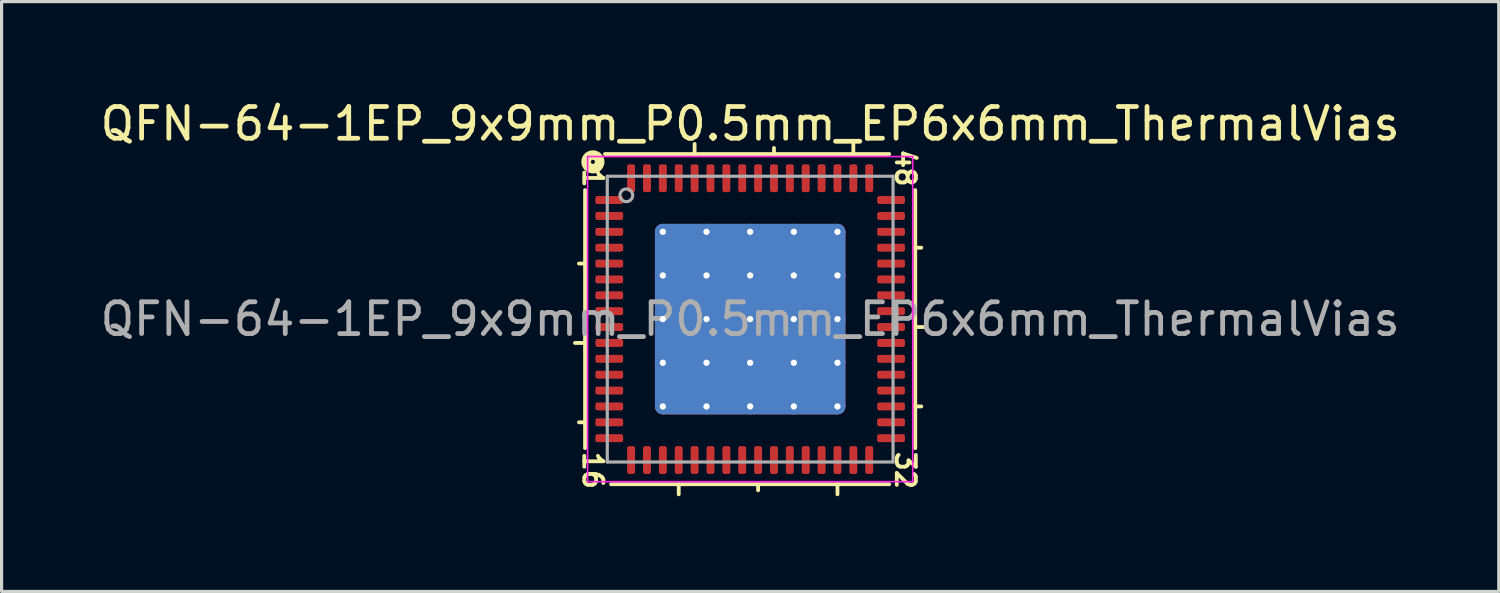
<source format=kicad_pcb>
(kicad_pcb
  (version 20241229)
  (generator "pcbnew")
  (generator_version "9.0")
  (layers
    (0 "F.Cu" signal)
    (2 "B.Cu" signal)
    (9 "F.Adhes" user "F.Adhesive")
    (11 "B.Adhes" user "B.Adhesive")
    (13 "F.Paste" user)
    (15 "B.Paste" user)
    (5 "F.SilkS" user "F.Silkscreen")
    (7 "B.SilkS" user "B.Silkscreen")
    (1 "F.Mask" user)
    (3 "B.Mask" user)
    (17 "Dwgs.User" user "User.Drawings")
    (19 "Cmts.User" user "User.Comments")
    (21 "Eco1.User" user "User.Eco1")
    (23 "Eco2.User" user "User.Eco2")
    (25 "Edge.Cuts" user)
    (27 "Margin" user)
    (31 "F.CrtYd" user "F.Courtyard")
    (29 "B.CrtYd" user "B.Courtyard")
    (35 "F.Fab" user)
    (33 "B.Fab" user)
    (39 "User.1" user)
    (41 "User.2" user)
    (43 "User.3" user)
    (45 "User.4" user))
  (footprint "QFN-64-1EP_9x9mm_P0.5mm_EP6x6mm_ThermalVias"
    (layer "F.Cu")
    (at 20.577 7.001)
    (property "Reference" "QFN-64-1EP_9x9mm_P0.5mm_EP6x6mm_ThermalVias" (at 0 -6.152 0) (layer "F.SilkS") (effects (font (size 1 1) (thickness 0.15))))
    (attr smd)
    (fp_line (start -5.2 -4.064) (end -5.2 4.064) (stroke (width 0.12) (type solid)) (layer "F.SilkS"))
    (fp_line (start -5.2 -1.75) (end -5.391 -1.75) (stroke (width 0.12) (type solid)) (layer "F.SilkS"))
    (fp_line (start -5.2 0.75) (end -5.518 0.75) (stroke (width 0.12) (type solid)) (layer "F.SilkS"))
    (fp_line (start -5.2 3.25) (end -5.391 3.25) (stroke (width 0.12) (type solid)) (layer "F.SilkS"))
    (fp_line (start -4.381 5.2) (end 4.381 5.2) (stroke (width 0.12) (type solid)) (layer "F.SilkS"))
    (fp_line (start -2.25 5.2) (end -2.25 5.518) (stroke (width 0.12) (type solid)) (layer "F.SilkS"))
    (fp_line (start -1.75 -5.2) (end -1.75 -5.518) (stroke (width 0.12) (type solid)) (layer "F.SilkS"))
    (fp_line (start 0.25 5.2) (end 0.25 5.391) (stroke (width 0.12) (type solid)) (layer "F.SilkS"))
    (fp_line (start 0.75 -5.2) (end 0.75 -5.391) (stroke (width 0.12) (type solid)) (layer "F.SilkS"))
    (fp_line (start 2.75 5.2) (end 2.75 5.518) (stroke (width 0.12) (type solid)) (layer "F.SilkS"))
    (fp_line (start 3.25 -5.2) (end 3.25 -5.518) (stroke (width 0.12) (type solid)) (layer "F.SilkS"))
    (fp_line (start 4.381 -5.2) (end -4.572 -5.2) (stroke (width 0.12) (type solid)) (layer "F.SilkS"))
    (fp_line (start 5.2 -2.25) (end 5.391 -2.25) (stroke (width 0.12) (type solid)) (layer "F.SilkS"))
    (fp_line (start 5.2 0.25) (end 5.518 0.25) (stroke (width 0.12) (type solid)) (layer "F.SilkS"))
    (fp_line (start 5.2 2.75) (end 5.391 2.75) (stroke (width 0.12) (type solid)) (layer "F.SilkS"))
    (fp_line (start 5.2 4.064) (end 5.2 -4.064) (stroke (width 0.12) (type solid)) (layer "F.SilkS"))
    (fp_circle (center -4.953 -4.953) (end -4.889 -4.953) (stroke (width 0.3) (type solid)) (fill no) (layer "F.SilkS"))
    (fp_line (start -5.12 -5.12) (end -5.12 5.12) (stroke (width 0.05) (type solid)) (layer "F.CrtYd"))
    (fp_line (start -5.12 5.12) (end 5.12 5.12) (stroke (width 0.05) (type solid)) (layer "F.CrtYd"))
    (fp_line (start 5.12 -5.12) (end -5.12 -5.12) (stroke (width 0.05) (type solid)) (layer "F.CrtYd"))
    (fp_line (start 5.12 5.12) (end 5.12 -5.12) (stroke (width 0.05) (type solid)) (layer "F.CrtYd"))
    (fp_line (start -4.5 -4.5) (end 4.5 -4.5) (stroke (width 0.1) (type solid)) (layer "F.Fab"))
    (fp_line (start -4.5 4.5) (end -4.5 -4.5) (stroke (width 0.1) (type solid)) (layer "F.Fab"))
    (fp_line (start 4.5 -4.5) (end 4.5 4.5) (stroke (width 0.1) (type solid)) (layer "F.Fab"))
    (fp_line (start 4.5 4.5) (end -4.5 4.5) (stroke (width 0.1) (type solid)) (layer "F.Fab"))
    (fp_circle (center -3.9 -3.9) (end -3.7 -3.9) (stroke (width 0.1) (type solid)) (fill no) (layer "F.Fab"))
    (fp_text user "16" (at -4.953 4.763 270) (unlocked yes) (layer "F.SilkS") (effects (font (size 0.6 0.6) (thickness 0.12))))
    (fp_text user "1" (at -4.953 -4.445 270) (unlocked yes) (layer "F.SilkS") (effects (font (size 0.6 0.6) (thickness 0.12))))
    (fp_text user "32" (at 4.889 4.763 270) (unlocked yes) (layer "F.SilkS") (effects (font (size 0.6 0.6) (thickness 0.12))))
    (fp_text user "48" (at 4.889 -4.763 270) (unlocked yes) (layer "F.SilkS") (effects (font (size 0.6 0.6) (thickness 0.12))))
    (fp_text user "${REFERENCE}" (at 0 0 0) (layer "F.Fab") (effects (font (size 1 1) (thickness 0.15))))
    (pad "" smd roundrect (at -2.062 -2.062) (size 1.209 1.209) (layers "F.Paste") (roundrect_rratio 0.207))
    (pad "" smd roundrect (at -2.062 -0.688) (size 1.209 1.209) (layers "F.Paste") (roundrect_rratio 0.207))
    (pad "" smd roundrect (at -2.062 0.688) (size 1.209 1.209) (layers "F.Paste") (roundrect_rratio 0.207))
    (pad "" smd roundrect (at -2.062 2.062) (size 1.209 1.209) (layers "F.Paste") (roundrect_rratio 0.207))
    (pad "" smd roundrect (at -0.688 -2.062) (size 1.209 1.209) (layers "F.Paste") (roundrect_rratio 0.207))
    (pad "" smd roundrect (at -0.688 -0.688) (size 1.209 1.209) (layers "F.Paste") (roundrect_rratio 0.207))
    (pad "" smd roundrect (at -0.688 0.688) (size 1.209 1.209) (layers "F.Paste") (roundrect_rratio 0.207))
    (pad "" smd roundrect (at -0.688 2.062) (size 1.209 1.209) (layers "F.Paste") (roundrect_rratio 0.207))
    (pad "" smd roundrect (at 0.688 -2.062) (size 1.209 1.209) (layers "F.Paste") (roundrect_rratio 0.207))
    (pad "" smd roundrect (at 0.688 -0.688) (size 1.209 1.209) (layers "F.Paste") (roundrect_rratio 0.207))
    (pad "" smd roundrect (at 0.688 0.688) (size 1.209 1.209) (layers "F.Paste") (roundrect_rratio 0.207))
    (pad "" smd roundrect (at 0.688 2.062) (size 1.209 1.209) (layers "F.Paste") (roundrect_rratio 0.207))
    (pad "" smd roundrect (at 2.062 -2.062) (size 1.209 1.209) (layers "F.Paste") (roundrect_rratio 0.207))
    (pad "" smd roundrect (at 2.062 -0.688) (size 1.209 1.209) (layers "F.Paste") (roundrect_rratio 0.207))
    (pad "" smd roundrect (at 2.062 0.688) (size 1.209 1.209) (layers "F.Paste") (roundrect_rratio 0.207))
    (pad "" smd roundrect (at 2.062 2.062) (size 1.209 1.209) (layers "F.Paste") (roundrect_rratio 0.207))
    (pad "1" smd roundrect (at -4.438 -3.75) (size 0.875 0.25) (layers "F.Cu" "F.Mask" "F.Paste") (roundrect_rratio 0.25))
    (pad "2" smd roundrect (at -4.438 -3.25) (size 0.875 0.25) (layers "F.Cu" "F.Mask" "F.Paste") (roundrect_rratio 0.25))
    (pad "3" smd roundrect (at -4.438 -2.75) (size 0.875 0.25) (layers "F.Cu" "F.Mask" "F.Paste") (roundrect_rratio 0.25))
    (pad "4" smd roundrect (at -4.438 -2.25) (size 0.875 0.25) (layers "F.Cu" "F.Mask" "F.Paste") (roundrect_rratio 0.25))
    (pad "5" smd roundrect (at -4.438 -1.75) (size 0.875 0.25) (layers "F.Cu" "F.Mask" "F.Paste") (roundrect_rratio 0.25))
    (pad "6" smd roundrect (at -4.438 -1.25) (size 0.875 0.25) (layers "F.Cu" "F.Mask" "F.Paste") (roundrect_rratio 0.25))
    (pad "7" smd roundrect (at -4.438 -0.75) (size 0.875 0.25) (layers "F.Cu" "F.Mask" "F.Paste") (roundrect_rratio 0.25))
    (pad "8" smd roundrect (at -4.438 -0.25) (size 0.875 0.25) (layers "F.Cu" "F.Mask" "F.Paste") (roundrect_rratio 0.25))
    (pad "9" smd roundrect (at -4.438 0.25) (size 0.875 0.25) (layers "F.Cu" "F.Mask" "F.Paste") (roundrect_rratio 0.25))
    (pad "10" smd roundrect (at -4.438 0.75) (size 0.875 0.25) (layers "F.Cu" "F.Mask" "F.Paste") (roundrect_rratio 0.25))
    (pad "11" smd roundrect (at -4.438 1.25) (size 0.875 0.25) (layers "F.Cu" "F.Mask" "F.Paste") (roundrect_rratio 0.25))
    (pad "12" smd roundrect (at -4.438 1.75) (size 0.875 0.25) (layers "F.Cu" "F.Mask" "F.Paste") (roundrect_rratio 0.25))
    (pad "13" smd roundrect (at -4.438 2.25) (size 0.875 0.25) (layers "F.Cu" "F.Mask" "F.Paste") (roundrect_rratio 0.25))
    (pad "14" smd roundrect (at -4.438 2.75) (size 0.875 0.25) (layers "F.Cu" "F.Mask" "F.Paste") (roundrect_rratio 0.25))
    (pad "15" smd roundrect (at -4.438 3.25) (size 0.875 0.25) (layers "F.Cu" "F.Mask" "F.Paste") (roundrect_rratio 0.25))
    (pad "16" smd roundrect (at -4.438 3.75) (size 0.875 0.25) (layers "F.Cu" "F.Mask" "F.Paste") (roundrect_rratio 0.25))
    (pad "17" smd roundrect (at -3.75 4.438) (size 0.25 0.875) (layers "F.Cu" "F.Mask" "F.Paste") (roundrect_rratio 0.25))
    (pad "18" smd roundrect (at -3.25 4.438) (size 0.25 0.875) (layers "F.Cu" "F.Mask" "F.Paste") (roundrect_rratio 0.25))
    (pad "19" smd roundrect (at -2.75 4.438) (size 0.25 0.875) (layers "F.Cu" "F.Mask" "F.Paste") (roundrect_rratio 0.25))
    (pad "20" smd roundrect (at -2.25 4.438) (size 0.25 0.875) (layers "F.Cu" "F.Mask" "F.Paste") (roundrect_rratio 0.25))
    (pad "21" smd roundrect (at -1.75 4.438) (size 0.25 0.875) (layers "F.Cu" "F.Mask" "F.Paste") (roundrect_rratio 0.25))
    (pad "22" smd roundrect (at -1.25 4.438) (size 0.25 0.875) (layers "F.Cu" "F.Mask" "F.Paste") (roundrect_rratio 0.25))
    (pad "23" smd roundrect (at -0.75 4.438) (size 0.25 0.875) (layers "F.Cu" "F.Mask" "F.Paste") (roundrect_rratio 0.25))
    (pad "24" smd roundrect (at -0.25 4.438) (size 0.25 0.875) (layers "F.Cu" "F.Mask" "F.Paste") (roundrect_rratio 0.25))
    (pad "25" smd roundrect (at 0.25 4.438) (size 0.25 0.875) (layers "F.Cu" "F.Mask" "F.Paste") (roundrect_rratio 0.25))
    (pad "26" smd roundrect (at 0.75 4.438) (size 0.25 0.875) (layers "F.Cu" "F.Mask" "F.Paste") (roundrect_rratio 0.25))
    (pad "27" smd roundrect (at 1.25 4.438) (size 0.25 0.875) (layers "F.Cu" "F.Mask" "F.Paste") (roundrect_rratio 0.25))
    (pad "28" smd roundrect (at 1.75 4.438) (size 0.25 0.875) (layers "F.Cu" "F.Mask" "F.Paste") (roundrect_rratio 0.25))
    (pad "29" smd roundrect (at 2.25 4.438) (size 0.25 0.875) (layers "F.Cu" "F.Mask" "F.Paste") (roundrect_rratio 0.25))
    (pad "30" smd roundrect (at 2.75 4.438) (size 0.25 0.875) (layers "F.Cu" "F.Mask" "F.Paste") (roundrect_rratio 0.25))
    (pad "31" smd roundrect (at 3.25 4.438) (size 0.25 0.875) (layers "F.Cu" "F.Mask" "F.Paste") (roundrect_rratio 0.25))
    (pad "32" smd roundrect (at 3.75 4.438) (size 0.25 0.875) (layers "F.Cu" "F.Mask" "F.Paste") (roundrect_rratio 0.25))
    (pad "33" smd roundrect (at 4.438 3.75) (size 0.875 0.25) (layers "F.Cu" "F.Mask" "F.Paste") (roundrect_rratio 0.25))
    (pad "34" smd roundrect (at 4.438 3.25) (size 0.875 0.25) (layers "F.Cu" "F.Mask" "F.Paste") (roundrect_rratio 0.25))
    (pad "35" smd roundrect (at 4.438 2.75) (size 0.875 0.25) (layers "F.Cu" "F.Mask" "F.Paste") (roundrect_rratio 0.25))
    (pad "36" smd roundrect (at 4.438 2.25) (size 0.875 0.25) (layers "F.Cu" "F.Mask" "F.Paste") (roundrect_rratio 0.25))
    (pad "37" smd roundrect (at 4.438 1.75) (size 0.875 0.25) (layers "F.Cu" "F.Mask" "F.Paste") (roundrect_rratio 0.25))
    (pad "38" smd roundrect (at 4.438 1.25) (size 0.875 0.25) (layers "F.Cu" "F.Mask" "F.Paste") (roundrect_rratio 0.25))
    (pad "39" smd roundrect (at 4.438 0.75) (size 0.875 0.25) (layers "F.Cu" "F.Mask" "F.Paste") (roundrect_rratio 0.25))
    (pad "40" smd roundrect (at 4.438 0.25) (size 0.875 0.25) (layers "F.Cu" "F.Mask" "F.Paste") (roundrect_rratio 0.25))
    (pad "41" smd roundrect (at 4.438 -0.25) (size 0.875 0.25) (layers "F.Cu" "F.Mask" "F.Paste") (roundrect_rratio 0.25))
    (pad "42" smd roundrect (at 4.438 -0.75) (size 0.875 0.25) (layers "F.Cu" "F.Mask" "F.Paste") (roundrect_rratio 0.25))
    (pad "43" smd roundrect (at 4.438 -1.25) (size 0.875 0.25) (layers "F.Cu" "F.Mask" "F.Paste") (roundrect_rratio 0.25))
    (pad "44" smd roundrect (at 4.438 -1.75) (size 0.875 0.25) (layers "F.Cu" "F.Mask" "F.Paste") (roundrect_rratio 0.25))
    (pad "45" smd roundrect (at 4.438 -2.25) (size 0.875 0.25) (layers "F.Cu" "F.Mask" "F.Paste") (roundrect_rratio 0.25))
    (pad "46" smd roundrect (at 4.438 -2.75) (size 0.875 0.25) (layers "F.Cu" "F.Mask" "F.Paste") (roundrect_rratio 0.25))
    (pad "47" smd roundrect (at 4.438 -3.25) (size 0.875 0.25) (layers "F.Cu" "F.Mask" "F.Paste") (roundrect_rratio 0.25))
    (pad "48" smd roundrect (at 4.438 -3.75) (size 0.875 0.25) (layers "F.Cu" "F.Mask" "F.Paste") (roundrect_rratio 0.25))
    (pad "49" smd roundrect (at 3.75 -4.438) (size 0.25 0.875) (layers "F.Cu" "F.Mask" "F.Paste") (roundrect_rratio 0.25))
    (pad "50" smd roundrect (at 3.25 -4.438) (size 0.25 0.875) (layers "F.Cu" "F.Mask" "F.Paste") (roundrect_rratio 0.25))
    (pad "51" smd roundrect (at 2.75 -4.438) (size 0.25 0.875) (layers "F.Cu" "F.Mask" "F.Paste") (roundrect_rratio 0.25))
    (pad "52" smd roundrect (at 2.25 -4.438) (size 0.25 0.875) (layers "F.Cu" "F.Mask" "F.Paste") (roundrect_rratio 0.25))
    (pad "53" smd roundrect (at 1.75 -4.438) (size 0.25 0.875) (layers "F.Cu" "F.Mask" "F.Paste") (roundrect_rratio 0.25))
    (pad "54" smd roundrect (at 1.25 -4.438) (size 0.25 0.875) (layers "F.Cu" "F.Mask" "F.Paste") (roundrect_rratio 0.25))
    (pad "55" smd roundrect (at 0.75 -4.438) (size 0.25 0.875) (layers "F.Cu" "F.Mask" "F.Paste") (roundrect_rratio 0.25))
    (pad "56" smd roundrect (at 0.25 -4.438) (size 0.25 0.875) (layers "F.Cu" "F.Mask" "F.Paste") (roundrect_rratio 0.25))
    (pad "57" smd roundrect (at -0.25 -4.438) (size 0.25 0.875) (layers "F.Cu" "F.Mask" "F.Paste") (roundrect_rratio 0.25))
    (pad "58" smd roundrect (at -0.75 -4.438) (size 0.25 0.875) (layers "F.Cu" "F.Mask" "F.Paste") (roundrect_rratio 0.25))
    (pad "59" smd roundrect (at -1.25 -4.438) (size 0.25 0.875) (layers "F.Cu" "F.Mask" "F.Paste") (roundrect_rratio 0.25))
    (pad "60" smd roundrect (at -1.75 -4.438) (size 0.25 0.875) (layers "F.Cu" "F.Mask" "F.Paste") (roundrect_rratio 0.25))
    (pad "61" smd roundrect (at -2.25 -4.438) (size 0.25 0.875) (layers "F.Cu" "F.Mask" "F.Paste") (roundrect_rratio 0.25))
    (pad "62" smd roundrect (at -2.75 -4.438) (size 0.25 0.875) (layers "F.Cu" "F.Mask" "F.Paste") (roundrect_rratio 0.25))
    (pad "63" smd roundrect (at -3.25 -4.438) (size 0.25 0.875) (layers "F.Cu" "F.Mask" "F.Paste") (roundrect_rratio 0.25))
    (pad "64" smd roundrect (at -3.75 -4.438) (size 0.25 0.875) (layers "F.Cu" "F.Mask" "F.Paste") (roundrect_rratio 0.25))
    (pad "65" thru_hole circle (at -2.75 -2.75) (size 0.5 0.5) (drill 0.2) (property pad_prop_heatsink) (layers "*.Cu"))
    (pad "65" thru_hole circle (at -2.75 -1.375) (size 0.5 0.5) (drill 0.2) (property pad_prop_heatsink) (layers "*.Cu"))
    (pad "65" thru_hole circle (at -2.75 0) (size 0.5 0.5) (drill 0.2) (property pad_prop_heatsink) (layers "*.Cu"))
    (pad "65" thru_hole circle (at -2.75 1.375) (size 0.5 0.5) (drill 0.2) (property pad_prop_heatsink) (layers "*.Cu"))
    (pad "65" thru_hole circle (at -2.75 2.75) (size 0.5 0.5) (drill 0.2) (property pad_prop_heatsink) (layers "*.Cu"))
    (pad "65" thru_hole circle (at -1.375 -2.75) (size 0.5 0.5) (drill 0.2) (property pad_prop_heatsink) (layers "*.Cu"))
    (pad "65" thru_hole circle (at -1.375 -1.375) (size 0.5 0.5) (drill 0.2) (property pad_prop_heatsink) (layers "*.Cu"))
    (pad "65" thru_hole circle (at -1.375 0) (size 0.5 0.5) (drill 0.2) (property pad_prop_heatsink) (layers "*.Cu"))
    (pad "65" thru_hole circle (at -1.375 1.375) (size 0.5 0.5) (drill 0.2) (property pad_prop_heatsink) (layers "*.Cu"))
    (pad "65" thru_hole circle (at -1.375 2.75) (size 0.5 0.5) (drill 0.2) (property pad_prop_heatsink) (layers "*.Cu"))
    (pad "65" thru_hole circle (at 0 -2.75) (size 0.5 0.5) (drill 0.2) (property pad_prop_heatsink) (layers "*.Cu"))
    (pad "65" thru_hole circle (at 0 -1.375) (size 0.5 0.5) (drill 0.2) (property pad_prop_heatsink) (layers "*.Cu"))
    (pad "65" thru_hole circle (at 0 0) (size 0.5 0.5) (drill 0.2) (property pad_prop_heatsink) (layers "*.Cu"))
    (pad "65" smd roundrect (at 0 0) (size 6 6) (layers "F.Cu" "F.Mask") (roundrect_rratio 0.042))
    (pad "65" smd roundrect (at 0 0) (size 6 6) (layers "B.Cu" "B.Mask") (roundrect_rratio 0.042))
    (pad "65" thru_hole circle (at 0 1.375) (size 0.5 0.5) (drill 0.2) (property pad_prop_heatsink) (layers "*.Cu"))
    (pad "65" thru_hole circle (at 0 2.75) (size 0.5 0.5) (drill 0.2) (property pad_prop_heatsink) (layers "*.Cu"))
    (pad "65" thru_hole circle (at 1.375 -2.75) (size 0.5 0.5) (drill 0.2) (property pad_prop_heatsink) (layers "*.Cu"))
    (pad "65" thru_hole circle (at 1.375 -1.375) (size 0.5 0.5) (drill 0.2) (property pad_prop_heatsink) (layers "*.Cu"))
    (pad "65" thru_hole circle (at 1.375 0) (size 0.5 0.5) (drill 0.2) (property pad_prop_heatsink) (layers "*.Cu"))
    (pad "65" thru_hole circle (at 1.375 1.375) (size 0.5 0.5) (drill 0.2) (property pad_prop_heatsink) (layers "*.Cu"))
    (pad "65" thru_hole circle (at 1.375 2.75) (size 0.5 0.5) (drill 0.2) (property pad_prop_heatsink) (layers "*.Cu"))
    (pad "65" thru_hole circle (at 2.75 -2.75) (size 0.5 0.5) (drill 0.2) (property pad_prop_heatsink) (layers "*.Cu"))
    (pad "65" thru_hole circle (at 2.75 -1.375) (size 0.5 0.5) (drill 0.2) (property pad_prop_heatsink) (layers "*.Cu"))
    (pad "65" thru_hole circle (at 2.75 0) (size 0.5 0.5) (drill 0.2) (property pad_prop_heatsink) (layers "*.Cu"))
    (pad "65" thru_hole circle (at 2.75 1.375) (size 0.5 0.5) (drill 0.2) (property pad_prop_heatsink) (layers "*.Cu"))
    (pad "65" thru_hole circle (at 2.75 2.75) (size 0.5 0.5) (drill 0.2) (property pad_prop_heatsink) (layers "*.Cu")))
  (gr_rect
    (start -3 -3)
    (end 44.155 15.578)
    (stroke (width 0.1) (type default))
    (fill no)
    (layer "Edge.Cuts")))
</source>
